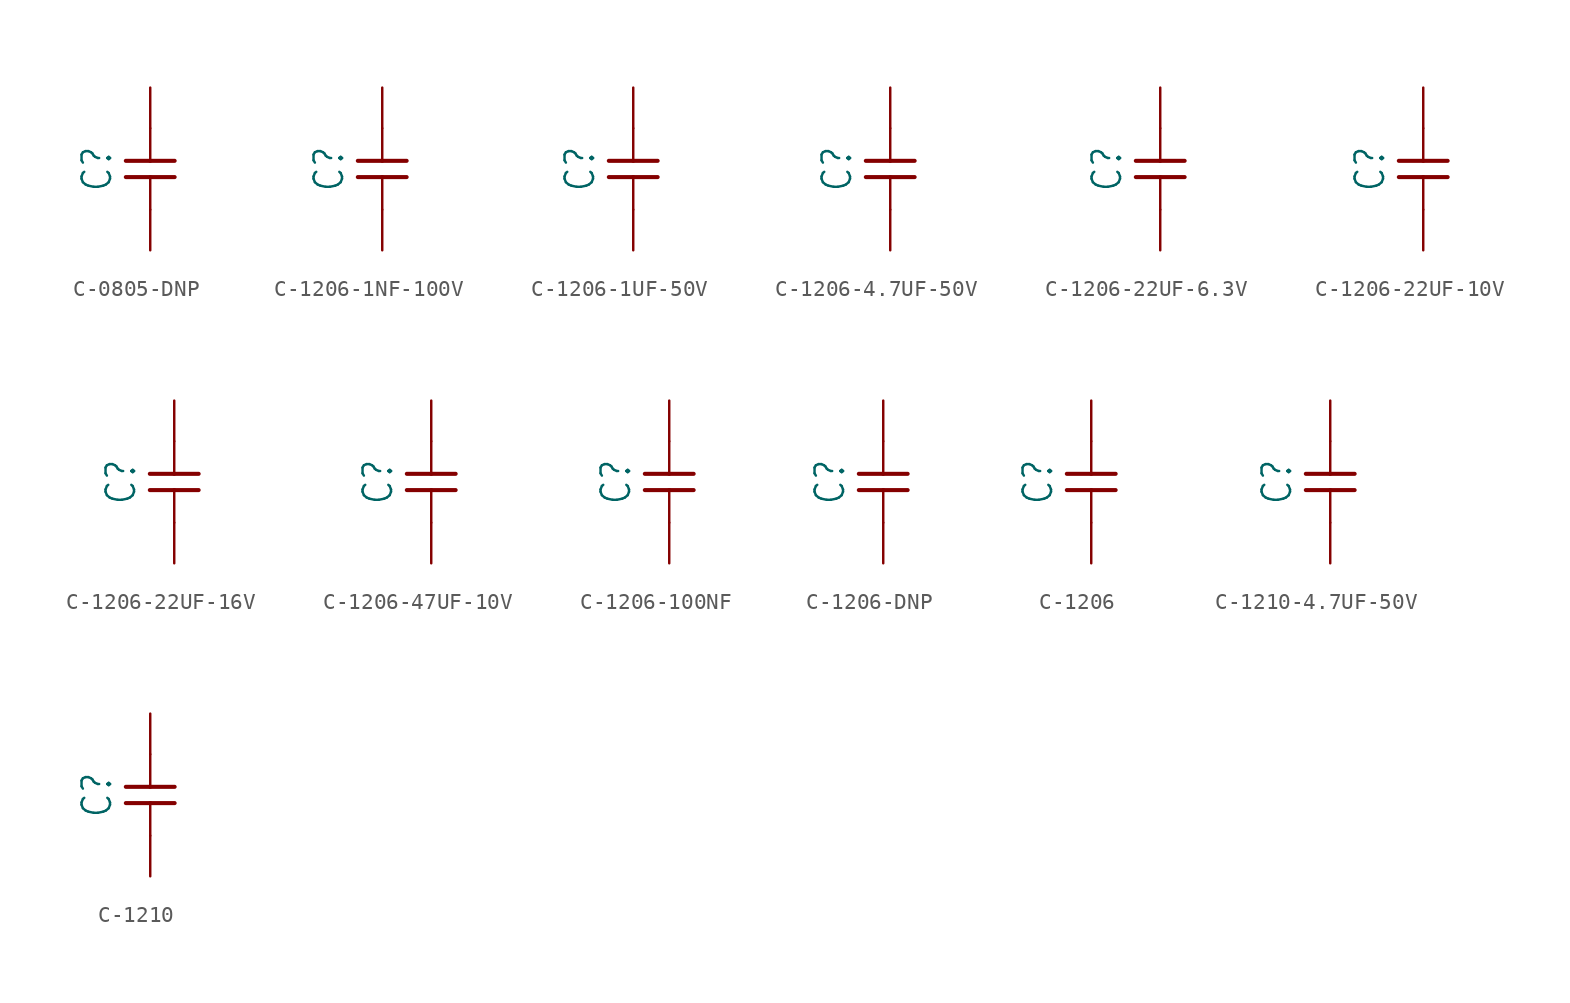
<source format=kicad_sym>
(kicad_symbol_lib
  (version 20231120)
  (generator "kicad_symbol_editor")
  (generator_version "8.0")
  (symbol "C-0805-DNP"
    (property "Reference" "C"
      (at -2.286 0 90)
      (effects (font (size 1.778 1.511)) (justify bottom)))
    (property "Value" ""
      (at 2.286 0 90)
      (effects (font (size 1.778 1.511)) (justify top)))
    (property "ki_locked" ""
      (at 0 0 0)
      (effects (font (size 1.27 1.27))))
    (symbol "C-0805-DNP_1_0"
      (polyline (pts (xy -1.524 0.508) (xy 0 0.508)) (stroke (width 0.254) (type solid)) (fill (type none)))
      (polyline (pts (xy 0 -2.54) (xy 0 -0.508)) (stroke (width 0.152) (type solid)) (fill (type none)))
      (polyline (pts (xy 0 -0.508) (xy -1.524 -0.508)) (stroke (width 0.254) (type solid)) (fill (type none)))
      (polyline (pts (xy 0 0.508) (xy 0 2.54)) (stroke (width 0.152) (type solid)) (fill (type none)))
      (polyline (pts (xy 0 0.508) (xy 1.524 0.508)) (stroke (width 0.254) (type solid)) (fill (type none)))
      (polyline (pts (xy 1.524 -0.508) (xy 0 -0.508)) (stroke (width 0.254) (type solid)) (fill (type none)))
      (pin passive line (at 0 5.08 270) (length 2.54) (name "1" (effects (font (size 0 0)))) (number "1" (effects (font (size 0 0)))))
      (pin passive line (at 0 -5.08 90) (length 2.54) (name "2" (effects (font (size 0 0)))) (number "2" (effects (font (size 0 0)))))))
  (symbol "C-1206-1NF-100V"
    (property "Reference" "C"
      (at -2.286 0 90)
      (effects (font (size 1.778 1.511)) (justify bottom)))
    (property "Value" ""
      (at 2.286 0 90)
      (effects (font (size 1.778 1.511)) (justify top)))
    (property "ki_locked" ""
      (at 0 0 0)
      (effects (font (size 1.27 1.27))))
    (symbol "C-1206-1NF-100V_1_0"
      (polyline (pts (xy -1.524 0.508) (xy 0 0.508)) (stroke (width 0.254) (type solid)) (fill (type none)))
      (polyline (pts (xy 0 -2.54) (xy 0 -0.508)) (stroke (width 0.152) (type solid)) (fill (type none)))
      (polyline (pts (xy 0 -0.508) (xy -1.524 -0.508)) (stroke (width 0.254) (type solid)) (fill (type none)))
      (polyline (pts (xy 0 0.508) (xy 0 2.54)) (stroke (width 0.152) (type solid)) (fill (type none)))
      (polyline (pts (xy 0 0.508) (xy 1.524 0.508)) (stroke (width 0.254) (type solid)) (fill (type none)))
      (polyline (pts (xy 1.524 -0.508) (xy 0 -0.508)) (stroke (width 0.254) (type solid)) (fill (type none)))
      (pin passive line (at 0 5.08 270) (length 2.54) (name "1" (effects (font (size 0 0)))) (number "1" (effects (font (size 0 0)))))
      (pin passive line (at 0 -5.08 90) (length 2.54) (name "2" (effects (font (size 0 0)))) (number "2" (effects (font (size 0 0)))))))
  (symbol "C-1206-1UF-50V"
    (property "Reference" "C"
      (at -2.286 0 90)
      (effects (font (size 1.778 1.511)) (justify bottom)))
    (property "Value" ""
      (at 2.286 0 90)
      (effects (font (size 1.778 1.511)) (justify top)))
    (property "ki_locked" ""
      (at 0 0 0)
      (effects (font (size 1.27 1.27))))
    (symbol "C-1206-1UF-50V_1_0"
      (polyline (pts (xy -1.524 0.508) (xy 0 0.508)) (stroke (width 0.254) (type solid)) (fill (type none)))
      (polyline (pts (xy 0 -2.54) (xy 0 -0.508)) (stroke (width 0.152) (type solid)) (fill (type none)))
      (polyline (pts (xy 0 -0.508) (xy -1.524 -0.508)) (stroke (width 0.254) (type solid)) (fill (type none)))
      (polyline (pts (xy 0 0.508) (xy 0 2.54)) (stroke (width 0.152) (type solid)) (fill (type none)))
      (polyline (pts (xy 0 0.508) (xy 1.524 0.508)) (stroke (width 0.254) (type solid)) (fill (type none)))
      (polyline (pts (xy 1.524 -0.508) (xy 0 -0.508)) (stroke (width 0.254) (type solid)) (fill (type none)))
      (pin passive line (at 0 5.08 270) (length 2.54) (name "1" (effects (font (size 0 0)))) (number "1" (effects (font (size 0 0)))))
      (pin passive line (at 0 -5.08 90) (length 2.54) (name "2" (effects (font (size 0 0)))) (number "2" (effects (font (size 0 0)))))))
  (symbol "C-1206-4.7UF-50V"
    (property "Reference" "C"
      (at -2.286 0 90)
      (effects (font (size 1.778 1.511)) (justify bottom)))
    (property "Value" ""
      (at 2.286 0 90)
      (effects (font (size 1.778 1.511)) (justify top)))
    (property "ki_locked" ""
      (at 0 0 0)
      (effects (font (size 1.27 1.27))))
    (symbol "C-1206-4.7UF-50V_1_0"
      (polyline (pts (xy -1.524 0.508) (xy 0 0.508)) (stroke (width 0.254) (type solid)) (fill (type none)))
      (polyline (pts (xy 0 -2.54) (xy 0 -0.508)) (stroke (width 0.152) (type solid)) (fill (type none)))
      (polyline (pts (xy 0 -0.508) (xy -1.524 -0.508)) (stroke (width 0.254) (type solid)) (fill (type none)))
      (polyline (pts (xy 0 0.508) (xy 0 2.54)) (stroke (width 0.152) (type solid)) (fill (type none)))
      (polyline (pts (xy 0 0.508) (xy 1.524 0.508)) (stroke (width 0.254) (type solid)) (fill (type none)))
      (polyline (pts (xy 1.524 -0.508) (xy 0 -0.508)) (stroke (width 0.254) (type solid)) (fill (type none)))
      (pin passive line (at 0 5.08 270) (length 2.54) (name "1" (effects (font (size 0 0)))) (number "1" (effects (font (size 0 0)))))
      (pin passive line (at 0 -5.08 90) (length 2.54) (name "2" (effects (font (size 0 0)))) (number "2" (effects (font (size 0 0)))))))
  (symbol "C-1206-22UF-6.3V"
    (property "Reference" "C"
      (at -2.286 0 90)
      (effects (font (size 1.778 1.511)) (justify bottom)))
    (property "Value" ""
      (at 2.286 0 90)
      (effects (font (size 1.778 1.511)) (justify top)))
    (property "ki_locked" ""
      (at 0 0 0)
      (effects (font (size 1.27 1.27))))
    (symbol "C-1206-22UF-6.3V_1_0"
      (polyline (pts (xy -1.524 0.508) (xy 0 0.508)) (stroke (width 0.254) (type solid)) (fill (type none)))
      (polyline (pts (xy 0 -2.54) (xy 0 -0.508)) (stroke (width 0.152) (type solid)) (fill (type none)))
      (polyline (pts (xy 0 -0.508) (xy -1.524 -0.508)) (stroke (width 0.254) (type solid)) (fill (type none)))
      (polyline (pts (xy 0 0.508) (xy 0 2.54)) (stroke (width 0.152) (type solid)) (fill (type none)))
      (polyline (pts (xy 0 0.508) (xy 1.524 0.508)) (stroke (width 0.254) (type solid)) (fill (type none)))
      (polyline (pts (xy 1.524 -0.508) (xy 0 -0.508)) (stroke (width 0.254) (type solid)) (fill (type none)))
      (pin passive line (at 0 5.08 270) (length 2.54) (name "1" (effects (font (size 0 0)))) (number "1" (effects (font (size 0 0)))))
      (pin passive line (at 0 -5.08 90) (length 2.54) (name "2" (effects (font (size 0 0)))) (number "2" (effects (font (size 0 0)))))))
  (symbol "C-1206-22UF-10V"
    (property "Reference" "C"
      (at -2.286 0 90)
      (effects (font (size 1.778 1.511)) (justify bottom)))
    (property "Value" ""
      (at 2.286 0 90)
      (effects (font (size 1.778 1.511)) (justify top)))
    (property "ki_locked" ""
      (at 0 0 0)
      (effects (font (size 1.27 1.27))))
    (symbol "C-1206-22UF-10V_1_0"
      (polyline (pts (xy -1.524 0.508) (xy 0 0.508)) (stroke (width 0.254) (type solid)) (fill (type none)))
      (polyline (pts (xy 0 -2.54) (xy 0 -0.508)) (stroke (width 0.152) (type solid)) (fill (type none)))
      (polyline (pts (xy 0 -0.508) (xy -1.524 -0.508)) (stroke (width 0.254) (type solid)) (fill (type none)))
      (polyline (pts (xy 0 0.508) (xy 0 2.54)) (stroke (width 0.152) (type solid)) (fill (type none)))
      (polyline (pts (xy 0 0.508) (xy 1.524 0.508)) (stroke (width 0.254) (type solid)) (fill (type none)))
      (polyline (pts (xy 1.524 -0.508) (xy 0 -0.508)) (stroke (width 0.254) (type solid)) (fill (type none)))
      (pin passive line (at 0 5.08 270) (length 2.54) (name "1" (effects (font (size 0 0)))) (number "1" (effects (font (size 0 0)))))
      (pin passive line (at 0 -5.08 90) (length 2.54) (name "2" (effects (font (size 0 0)))) (number "2" (effects (font (size 0 0)))))))
  (symbol "C-1206-22UF-16V"
    (property "Reference" "C"
      (at -2.286 0 90)
      (effects (font (size 1.778 1.511)) (justify bottom)))
    (property "Value" ""
      (at 2.286 0 90)
      (effects (font (size 1.778 1.511)) (justify top)))
    (property "ki_locked" ""
      (at 0 0 0)
      (effects (font (size 1.27 1.27))))
    (symbol "C-1206-22UF-16V_1_0"
      (polyline (pts (xy -1.524 0.508) (xy 0 0.508)) (stroke (width 0.254) (type solid)) (fill (type none)))
      (polyline (pts (xy 0 -2.54) (xy 0 -0.508)) (stroke (width 0.152) (type solid)) (fill (type none)))
      (polyline (pts (xy 0 -0.508) (xy -1.524 -0.508)) (stroke (width 0.254) (type solid)) (fill (type none)))
      (polyline (pts (xy 0 0.508) (xy 0 2.54)) (stroke (width 0.152) (type solid)) (fill (type none)))
      (polyline (pts (xy 0 0.508) (xy 1.524 0.508)) (stroke (width 0.254) (type solid)) (fill (type none)))
      (polyline (pts (xy 1.524 -0.508) (xy 0 -0.508)) (stroke (width 0.254) (type solid)) (fill (type none)))
      (pin passive line (at 0 5.08 270) (length 2.54) (name "1" (effects (font (size 0 0)))) (number "1" (effects (font (size 0 0)))))
      (pin passive line (at 0 -5.08 90) (length 2.54) (name "2" (effects (font (size 0 0)))) (number "2" (effects (font (size 0 0)))))))
  (symbol "C-1206-47UF-10V"
    (property "Reference" "C"
      (at -2.286 0 90)
      (effects (font (size 1.778 1.511)) (justify bottom)))
    (property "Value" ""
      (at 2.286 0 90)
      (effects (font (size 1.778 1.511)) (justify top)))
    (property "ki_locked" ""
      (at 0 0 0)
      (effects (font (size 1.27 1.27))))
    (symbol "C-1206-47UF-10V_1_0"
      (polyline (pts (xy -1.524 0.508) (xy 0 0.508)) (stroke (width 0.254) (type solid)) (fill (type none)))
      (polyline (pts (xy 0 -2.54) (xy 0 -0.508)) (stroke (width 0.152) (type solid)) (fill (type none)))
      (polyline (pts (xy 0 -0.508) (xy -1.524 -0.508)) (stroke (width 0.254) (type solid)) (fill (type none)))
      (polyline (pts (xy 0 0.508) (xy 0 2.54)) (stroke (width 0.152) (type solid)) (fill (type none)))
      (polyline (pts (xy 0 0.508) (xy 1.524 0.508)) (stroke (width 0.254) (type solid)) (fill (type none)))
      (polyline (pts (xy 1.524 -0.508) (xy 0 -0.508)) (stroke (width 0.254) (type solid)) (fill (type none)))
      (pin passive line (at 0 5.08 270) (length 2.54) (name "1" (effects (font (size 0 0)))) (number "1" (effects (font (size 0 0)))))
      (pin passive line (at 0 -5.08 90) (length 2.54) (name "2" (effects (font (size 0 0)))) (number "2" (effects (font (size 0 0)))))))
  (symbol "C-1206-100NF"
    (property "Reference" "C"
      (at -2.286 0 90)
      (effects (font (size 1.778 1.511)) (justify bottom)))
    (property "Value" ""
      (at 2.286 0 90)
      (effects (font (size 1.778 1.511)) (justify top)))
    (property "ki_locked" ""
      (at 0 0 0)
      (effects (font (size 1.27 1.27))))
    (symbol "C-1206-100NF_1_0"
      (polyline (pts (xy -1.524 0.508) (xy 0 0.508)) (stroke (width 0.254) (type solid)) (fill (type none)))
      (polyline (pts (xy 0 -2.54) (xy 0 -0.508)) (stroke (width 0.152) (type solid)) (fill (type none)))
      (polyline (pts (xy 0 -0.508) (xy -1.524 -0.508)) (stroke (width 0.254) (type solid)) (fill (type none)))
      (polyline (pts (xy 0 0.508) (xy 0 2.54)) (stroke (width 0.152) (type solid)) (fill (type none)))
      (polyline (pts (xy 0 0.508) (xy 1.524 0.508)) (stroke (width 0.254) (type solid)) (fill (type none)))
      (polyline (pts (xy 1.524 -0.508) (xy 0 -0.508)) (stroke (width 0.254) (type solid)) (fill (type none)))
      (pin passive line (at 0 5.08 270) (length 2.54) (name "1" (effects (font (size 0 0)))) (number "1" (effects (font (size 0 0)))))
      (pin passive line (at 0 -5.08 90) (length 2.54) (name "2" (effects (font (size 0 0)))) (number "2" (effects (font (size 0 0)))))))
  (symbol "C-1206-DNP"
    (property "Reference" "C"
      (at -2.286 0 90)
      (effects (font (size 1.778 1.511)) (justify bottom)))
    (property "Value" ""
      (at 2.286 0 90)
      (effects (font (size 1.778 1.511)) (justify top)))
    (property "ki_locked" ""
      (at 0 0 0)
      (effects (font (size 1.27 1.27))))
    (symbol "C-1206-DNP_1_0"
      (polyline (pts (xy -1.524 0.508) (xy 0 0.508)) (stroke (width 0.254) (type solid)) (fill (type none)))
      (polyline (pts (xy 0 -2.54) (xy 0 -0.508)) (stroke (width 0.152) (type solid)) (fill (type none)))
      (polyline (pts (xy 0 -0.508) (xy -1.524 -0.508)) (stroke (width 0.254) (type solid)) (fill (type none)))
      (polyline (pts (xy 0 0.508) (xy 0 2.54)) (stroke (width 0.152) (type solid)) (fill (type none)))
      (polyline (pts (xy 0 0.508) (xy 1.524 0.508)) (stroke (width 0.254) (type solid)) (fill (type none)))
      (polyline (pts (xy 1.524 -0.508) (xy 0 -0.508)) (stroke (width 0.254) (type solid)) (fill (type none)))
      (pin passive line (at 0 5.08 270) (length 2.54) (name "1" (effects (font (size 0 0)))) (number "1" (effects (font (size 0 0)))))
      (pin passive line (at 0 -5.08 90) (length 2.54) (name "2" (effects (font (size 0 0)))) (number "2" (effects (font (size 0 0)))))))
  (symbol "C-1206"
    (property "Reference" "C"
      (at -2.286 0 90)
      (effects (font (size 1.778 1.511)) (justify bottom)))
    (property "Value" ""
      (at 2.286 0 90)
      (effects (font (size 1.778 1.511)) (justify top)))
    (property "ki_locked" ""
      (at 0 0 0)
      (effects (font (size 1.27 1.27))))
    (symbol "C-1206_1_0"
      (polyline (pts (xy -1.524 0.508) (xy 0 0.508)) (stroke (width 0.254) (type solid)) (fill (type none)))
      (polyline (pts (xy 0 -2.54) (xy 0 -0.508)) (stroke (width 0.152) (type solid)) (fill (type none)))
      (polyline (pts (xy 0 -0.508) (xy -1.524 -0.508)) (stroke (width 0.254) (type solid)) (fill (type none)))
      (polyline (pts (xy 0 0.508) (xy 0 2.54)) (stroke (width 0.152) (type solid)) (fill (type none)))
      (polyline (pts (xy 0 0.508) (xy 1.524 0.508)) (stroke (width 0.254) (type solid)) (fill (type none)))
      (polyline (pts (xy 1.524 -0.508) (xy 0 -0.508)) (stroke (width 0.254) (type solid)) (fill (type none)))
      (pin passive line (at 0 5.08 270) (length 2.54) (name "1" (effects (font (size 0 0)))) (number "1" (effects (font (size 0 0)))))
      (pin passive line (at 0 -5.08 90) (length 2.54) (name "2" (effects (font (size 0 0)))) (number "2" (effects (font (size 0 0)))))))
  (symbol "C-1210-4.7UF-50V"
    (property "Reference" "C"
      (at -2.286 0 90)
      (effects (font (size 1.778 1.511)) (justify bottom)))
    (property "Value" ""
      (at 2.286 0 90)
      (effects (font (size 1.778 1.511)) (justify top)))
    (property "ki_locked" ""
      (at 0 0 0)
      (effects (font (size 1.27 1.27))))
    (symbol "C-1210-4.7UF-50V_1_0"
      (polyline (pts (xy -1.524 0.508) (xy 0 0.508)) (stroke (width 0.254) (type solid)) (fill (type none)))
      (polyline (pts (xy 0 -2.54) (xy 0 -0.508)) (stroke (width 0.152) (type solid)) (fill (type none)))
      (polyline (pts (xy 0 -0.508) (xy -1.524 -0.508)) (stroke (width 0.254) (type solid)) (fill (type none)))
      (polyline (pts (xy 0 0.508) (xy 0 2.54)) (stroke (width 0.152) (type solid)) (fill (type none)))
      (polyline (pts (xy 0 0.508) (xy 1.524 0.508)) (stroke (width 0.254) (type solid)) (fill (type none)))
      (polyline (pts (xy 1.524 -0.508) (xy 0 -0.508)) (stroke (width 0.254) (type solid)) (fill (type none)))
      (pin passive line (at 0 5.08 270) (length 2.54) (name "1" (effects (font (size 0 0)))) (number "1" (effects (font (size 0 0)))))
      (pin passive line (at 0 -5.08 90) (length 2.54) (name "2" (effects (font (size 0 0)))) (number "2" (effects (font (size 0 0)))))))
  (symbol "C-1210"
    (property "Reference" "C"
      (at -2.286 0 90)
      (effects (font (size 1.778 1.511)) (justify bottom)))
    (property "Value" ""
      (at 2.286 0 90)
      (effects (font (size 1.778 1.511)) (justify top)))
    (property "ki_locked" ""
      (at 0 0 0)
      (effects (font (size 1.27 1.27))))
    (symbol "C-1210_1_0"
      (polyline (pts (xy -1.524 0.508) (xy 0 0.508)) (stroke (width 0.254) (type solid)) (fill (type none)))
      (polyline (pts (xy 0 -2.54) (xy 0 -0.508)) (stroke (width 0.152) (type solid)) (fill (type none)))
      (polyline (pts (xy 0 -0.508) (xy -1.524 -0.508)) (stroke (width 0.254) (type solid)) (fill (type none)))
      (polyline (pts (xy 0 0.508) (xy 0 2.54)) (stroke (width 0.152) (type solid)) (fill (type none)))
      (polyline (pts (xy 0 0.508) (xy 1.524 0.508)) (stroke (width 0.254) (type solid)) (fill (type none)))
      (polyline (pts (xy 1.524 -0.508) (xy 0 -0.508)) (stroke (width 0.254) (type solid)) (fill (type none)))
      (pin passive line (at 0 5.08 270) (length 2.54) (name "1" (effects (font (size 0 0)))) (number "1" (effects (font (size 0 0)))))
      (pin passive line (at 0 -5.08 90) (length 2.54) (name "2" (effects (font (size 0 0)))) (number "2" (effects (font (size 0 0))))))))
</source>
